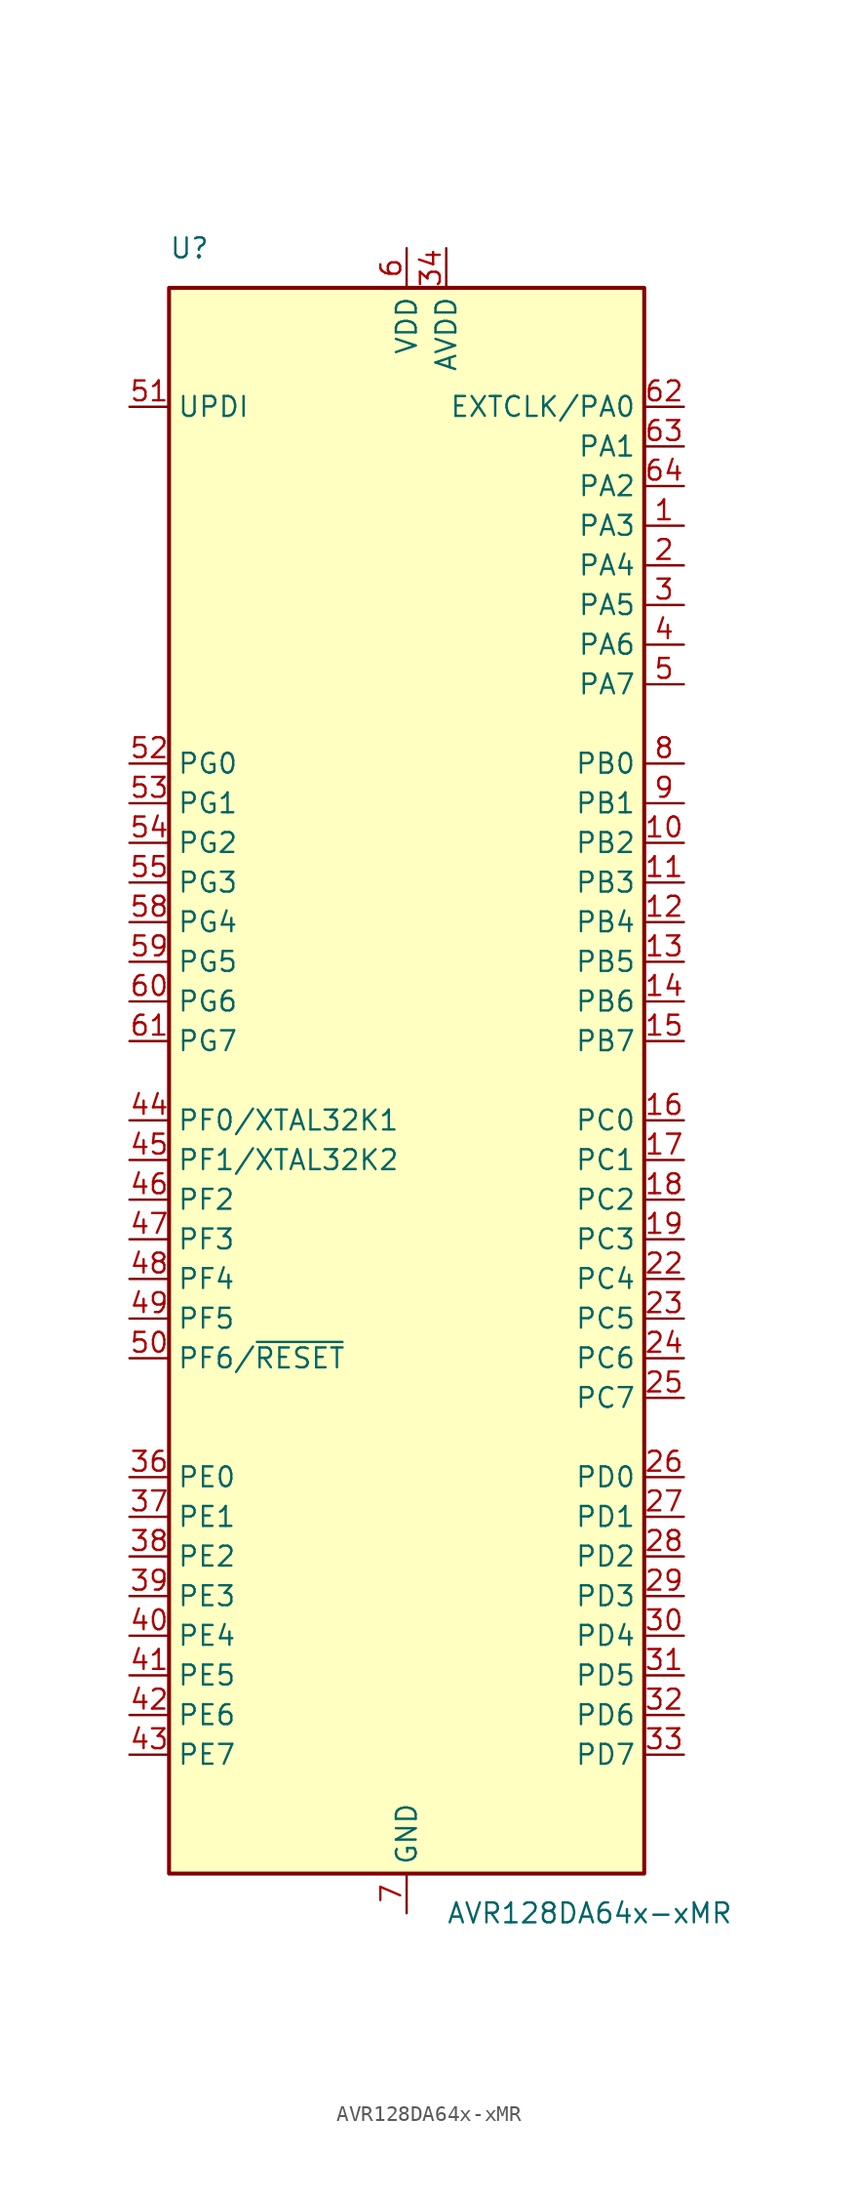
<source format=kicad_sym>
(kicad_symbol_lib
  (version 20201005)
  (generator kicad_symbol_editor)
  (symbol "MCU_Microchip_AVRDA:AVR128DA64x-xMR"
    (property "Reference" "U"
      (at -15.24 53.34 0)
      (effects (font (size 1.27 1.27)) (justify left)))
    (property "Value" "AVR128DA64x-xMR"
      (at 2.54 -53.34 0)
      (effects (font (size 1.27 1.27)) (justify left)))
    (symbol "AVR128DA64x-xMR_0_1"
      (rectangle (start -15.24 50.8) (end 15.24 -50.8) (stroke (width 0.254)) (fill (type background))))
    (symbol "AVR128DA64x-xMR_1_1"
      (pin bidirectional line (at 17.78 43.18 180) (length 2.54) (name "EXTCLK/PA0" (effects (font (size 1.27 1.27)))) (number "62" (effects (font (size 1.27 1.27)))))
      (pin bidirectional line (at 17.78 40.64 180) (length 2.54) (name "PA1" (effects (font (size 1.27 1.27)))) (number "63" (effects (font (size 1.27 1.27)))))
      (pin bidirectional line (at 17.78 38.1 180) (length 2.54) (name "PA2" (effects (font (size 1.27 1.27)))) (number "64" (effects (font (size 1.27 1.27)))))
      (pin bidirectional line (at 17.78 35.56 180) (length 2.54) (name "PA3" (effects (font (size 1.27 1.27)))) (number "1" (effects (font (size 1.27 1.27)))))
      (pin bidirectional line (at 17.78 33.02 180) (length 2.54) (name "PA4" (effects (font (size 1.27 1.27)))) (number "2" (effects (font (size 1.27 1.27)))))
      (pin bidirectional line (at 17.78 30.48 180) (length 2.54) (name "PA5" (effects (font (size 1.27 1.27)))) (number "3" (effects (font (size 1.27 1.27)))))
      (pin bidirectional line (at 17.78 27.94 180) (length 2.54) (name "PA6" (effects (font (size 1.27 1.27)))) (number "4" (effects (font (size 1.27 1.27)))))
      (pin bidirectional line (at 17.78 25.4 180) (length 2.54) (name "PA7" (effects (font (size 1.27 1.27)))) (number "5" (effects (font (size 1.27 1.27)))))
      (pin bidirectional line (at 17.78 -2.54 180) (length 2.54) (name "PC0" (effects (font (size 1.27 1.27)))) (number "16" (effects (font (size 1.27 1.27)))))
      (pin bidirectional line (at 17.78 -5.08 180) (length 2.54) (name "PC1" (effects (font (size 1.27 1.27)))) (number "17" (effects (font (size 1.27 1.27)))))
      (pin bidirectional line (at 17.78 -7.62 180) (length 2.54) (name "PC2" (effects (font (size 1.27 1.27)))) (number "18" (effects (font (size 1.27 1.27)))))
      (pin bidirectional line (at 17.78 -10.16 180) (length 2.54) (name "PC3" (effects (font (size 1.27 1.27)))) (number "19" (effects (font (size 1.27 1.27)))))
      (pin bidirectional line (at 17.78 -25.4 180) (length 2.54) (name "PD0" (effects (font (size 1.27 1.27)))) (number "26" (effects (font (size 1.27 1.27)))))
      (pin bidirectional line (at 17.78 -27.94 180) (length 2.54) (name "PD1" (effects (font (size 1.27 1.27)))) (number "27" (effects (font (size 1.27 1.27)))))
      (pin bidirectional line (at 17.78 -30.48 180) (length 2.54) (name "PD2" (effects (font (size 1.27 1.27)))) (number "28" (effects (font (size 1.27 1.27)))))
      (pin bidirectional line (at 17.78 -33.02 180) (length 2.54) (name "PD3" (effects (font (size 1.27 1.27)))) (number "29" (effects (font (size 1.27 1.27)))))
      (pin bidirectional line (at 17.78 -35.56 180) (length 2.54) (name "PD4" (effects (font (size 1.27 1.27)))) (number "30" (effects (font (size 1.27 1.27)))))
      (pin bidirectional line (at 17.78 -38.1 180) (length 2.54) (name "PD5" (effects (font (size 1.27 1.27)))) (number "31" (effects (font (size 1.27 1.27)))))
      (pin bidirectional line (at 17.78 -40.64 180) (length 2.54) (name "PD6" (effects (font (size 1.27 1.27)))) (number "32" (effects (font (size 1.27 1.27)))))
      (pin bidirectional line (at 17.78 -43.18 180) (length 2.54) (name "PD7" (effects (font (size 1.27 1.27)))) (number "33" (effects (font (size 1.27 1.27)))))
      (pin bidirectional line (at -17.78 -2.54 0) (length 2.54) (name "PF0/XTAL32K1" (effects (font (size 1.27 1.27)))) (number "44" (effects (font (size 1.27 1.27)))))
      (pin bidirectional line (at -17.78 -5.08 0) (length 2.54) (name "PF1/XTAL32K2" (effects (font (size 1.27 1.27)))) (number "45" (effects (font (size 1.27 1.27)))))
      (pin bidirectional line (at -17.78 -17.78 0) (length 2.54) (name "PF6/~RESET" (effects (font (size 1.27 1.27)))) (number "50" (effects (font (size 1.27 1.27)))))
      (pin bidirectional line (at -17.78 43.18 0) (length 2.54) (name "UPDI" (effects (font (size 1.27 1.27)))) (number "51" (effects (font (size 1.27 1.27)))))
      (pin power_in line (at 0 53.34 270) (length 2.54) (name "VDD" (effects (font (size 1.27 1.27)))) (number "6" (effects (font (size 1.27 1.27)))))
      (pin power_in line (at 2.54 53.34 270) (length 2.54) (name "AVDD" (effects (font (size 1.27 1.27)))) (number "34" (effects (font (size 1.27 1.27)))))
      (pin power_in line (at 0 -53.34 90) (length 2.54) (name "GND" (effects (font (size 1.27 1.27)))) (number "7" (effects (font (size 1.27 1.27)))))
      (pin passive line (at 0 -53.34 90) (length 2.54) hide (name "GND" (effects (font (size 1.27 1.27)))) (number "21" (effects (font (size 1.27 1.27)))))
      (pin bidirectional line (at -17.78 -7.62 0) (length 2.54) (name "PF2" (effects (font (size 1.27 1.27)))) (number "46" (effects (font (size 1.27 1.27)))))
      (pin bidirectional line (at -17.78 -10.16 0) (length 2.54) (name "PF3" (effects (font (size 1.27 1.27)))) (number "47" (effects (font (size 1.27 1.27)))))
      (pin bidirectional line (at -17.78 -12.7 0) (length 2.54) (name "PF4" (effects (font (size 1.27 1.27)))) (number "48" (effects (font (size 1.27 1.27)))))
      (pin bidirectional line (at -17.78 -15.24 0) (length 2.54) (name "PF5" (effects (font (size 1.27 1.27)))) (number "49" (effects (font (size 1.27 1.27)))))
      (pin bidirectional line (at 17.78 20.32 180) (length 2.54) (name "PB0" (effects (font (size 1.27 1.27)))) (number "8" (effects (font (size 1.27 1.27)))))
      (pin bidirectional line (at 17.78 17.78 180) (length 2.54) (name "PB1" (effects (font (size 1.27 1.27)))) (number "9" (effects (font (size 1.27 1.27)))))
      (pin bidirectional line (at 17.78 15.24 180) (length 2.54) (name "PB2" (effects (font (size 1.27 1.27)))) (number "10" (effects (font (size 1.27 1.27)))))
      (pin bidirectional line (at 17.78 12.7 180) (length 2.54) (name "PB3" (effects (font (size 1.27 1.27)))) (number "11" (effects (font (size 1.27 1.27)))))
      (pin bidirectional line (at 17.78 10.16 180) (length 2.54) (name "PB4" (effects (font (size 1.27 1.27)))) (number "12" (effects (font (size 1.27 1.27)))))
      (pin bidirectional line (at 17.78 7.62 180) (length 2.54) (name "PB5" (effects (font (size 1.27 1.27)))) (number "13" (effects (font (size 1.27 1.27)))))
      (pin bidirectional line (at 17.78 -12.7 180) (length 2.54) (name "PC4" (effects (font (size 1.27 1.27)))) (number "22" (effects (font (size 1.27 1.27)))))
      (pin bidirectional line (at 17.78 -15.24 180) (length 2.54) (name "PC5" (effects (font (size 1.27 1.27)))) (number "23" (effects (font (size 1.27 1.27)))))
      (pin bidirectional line (at 17.78 -17.78 180) (length 2.54) (name "PC6" (effects (font (size 1.27 1.27)))) (number "24" (effects (font (size 1.27 1.27)))))
      (pin bidirectional line (at 17.78 -20.32 180) (length 2.54) (name "PC7" (effects (font (size 1.27 1.27)))) (number "25" (effects (font (size 1.27 1.27)))))
      (pin bidirectional line (at -17.78 -25.4 0) (length 2.54) (name "PE0" (effects (font (size 1.27 1.27)))) (number "36" (effects (font (size 1.27 1.27)))))
      (pin bidirectional line (at -17.78 -27.94 0) (length 2.54) (name "PE1" (effects (font (size 1.27 1.27)))) (number "37" (effects (font (size 1.27 1.27)))))
      (pin bidirectional line (at -17.78 -30.48 0) (length 2.54) (name "PE2" (effects (font (size 1.27 1.27)))) (number "38" (effects (font (size 1.27 1.27)))))
      (pin bidirectional line (at -17.78 -33.02 0) (length 2.54) (name "PE3" (effects (font (size 1.27 1.27)))) (number "39" (effects (font (size 1.27 1.27)))))
      (pin passive line (at 0 53.34 270) (length 2.54) hide (name "VDD" (effects (font (size 1.27 1.27)))) (number "20" (effects (font (size 1.27 1.27)))))
      (pin passive line (at 0 -53.34 90) (length 2.54) hide (name "GND" (effects (font (size 1.27 1.27)))) (number "57" (effects (font (size 1.27 1.27)))))
      (pin passive line (at 0 -53.34 90) (length 2.54) hide (name "GND" (effects (font (size 1.27 1.27)))) (number "35" (effects (font (size 1.27 1.27)))))
      (pin bidirectional line (at 17.78 5.08 180) (length 2.54) (name "PB6" (effects (font (size 1.27 1.27)))) (number "14" (effects (font (size 1.27 1.27)))))
      (pin bidirectional line (at 17.78 2.54 180) (length 2.54) (name "PB7" (effects (font (size 1.27 1.27)))) (number "15" (effects (font (size 1.27 1.27)))))
      (pin bidirectional line (at -17.78 -35.56 0) (length 2.54) (name "PE4" (effects (font (size 1.27 1.27)))) (number "40" (effects (font (size 1.27 1.27)))))
      (pin bidirectional line (at -17.78 -38.1 0) (length 2.54) (name "PE5" (effects (font (size 1.27 1.27)))) (number "41" (effects (font (size 1.27 1.27)))))
      (pin bidirectional line (at -17.78 -40.64 0) (length 2.54) (name "PE6" (effects (font (size 1.27 1.27)))) (number "42" (effects (font (size 1.27 1.27)))))
      (pin bidirectional line (at -17.78 -43.18 0) (length 2.54) (name "PE7" (effects (font (size 1.27 1.27)))) (number "43" (effects (font (size 1.27 1.27)))))
      (pin bidirectional line (at -17.78 20.32 0) (length 2.54) (name "PG0" (effects (font (size 1.27 1.27)))) (number "52" (effects (font (size 1.27 1.27)))))
      (pin bidirectional line (at -17.78 17.78 0) (length 2.54) (name "PG1" (effects (font (size 1.27 1.27)))) (number "53" (effects (font (size 1.27 1.27)))))
      (pin bidirectional line (at -17.78 15.24 0) (length 2.54) (name "PG2" (effects (font (size 1.27 1.27)))) (number "54" (effects (font (size 1.27 1.27)))))
      (pin bidirectional line (at -17.78 12.7 0) (length 2.54) (name "PG3" (effects (font (size 1.27 1.27)))) (number "55" (effects (font (size 1.27 1.27)))))
      (pin bidirectional line (at -17.78 10.16 0) (length 2.54) (name "PG4" (effects (font (size 1.27 1.27)))) (number "58" (effects (font (size 1.27 1.27)))))
      (pin bidirectional line (at -17.78 7.62 0) (length 2.54) (name "PG5" (effects (font (size 1.27 1.27)))) (number "59" (effects (font (size 1.27 1.27)))))
      (pin bidirectional line (at -17.78 5.08 0) (length 2.54) (name "PG6" (effects (font (size 1.27 1.27)))) (number "60" (effects (font (size 1.27 1.27)))))
      (pin bidirectional line (at -17.78 2.54 0) (length 2.54) (name "PG7" (effects (font (size 1.27 1.27)))) (number "61" (effects (font (size 1.27 1.27)))))
      (pin passive line (at 0 53.34 270) (length 2.54) hide (name "VDD" (effects (font (size 1.27 1.27)))) (number "56" (effects (font (size 1.27 1.27)))))
      (pin passive line (at 0 -53.34 90) (length 2.54) hide (name "GND" (effects (font (size 1.27 1.27)))) (number "65" (effects (font (size 1.27 1.27))))))))
</source>
